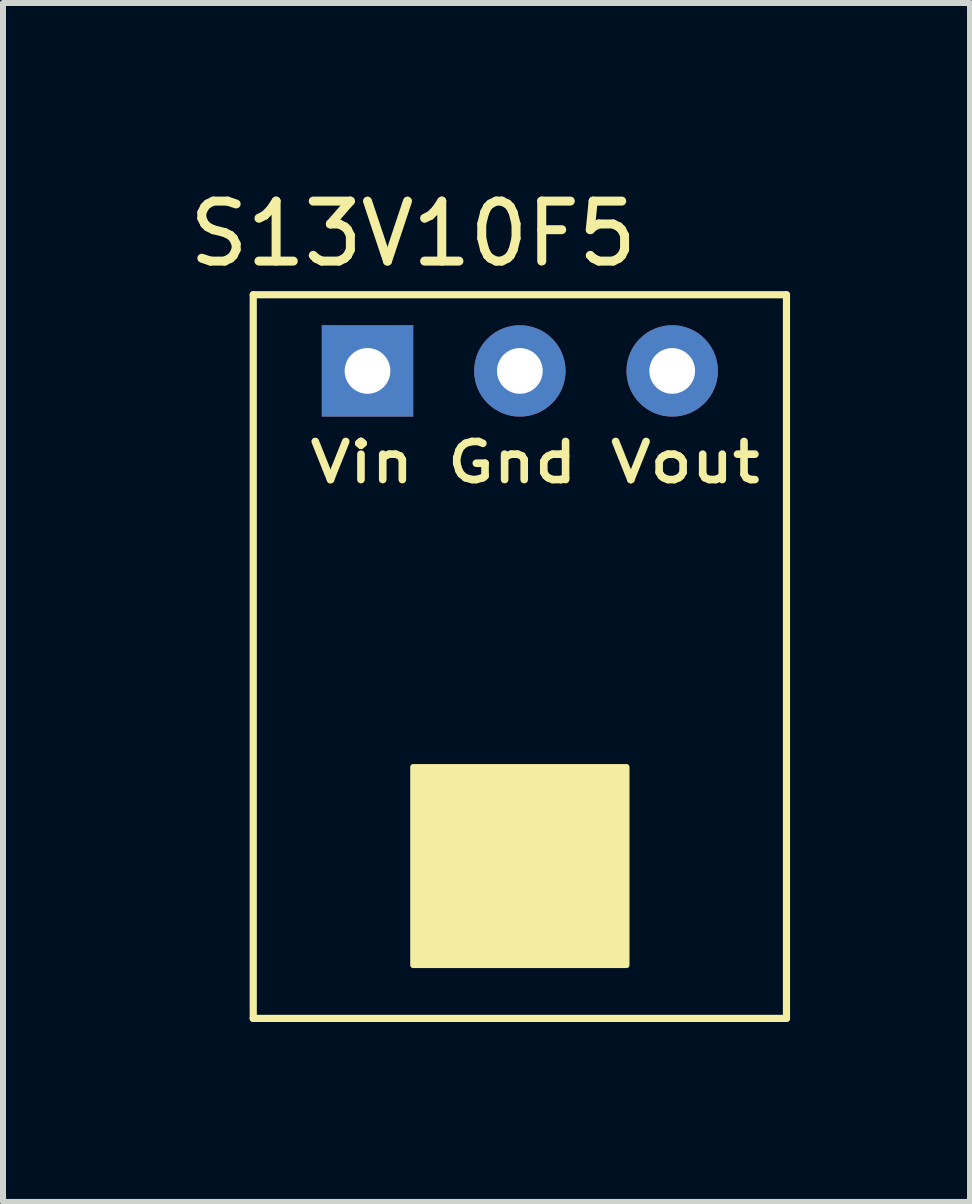
<source format=kicad_pcb>
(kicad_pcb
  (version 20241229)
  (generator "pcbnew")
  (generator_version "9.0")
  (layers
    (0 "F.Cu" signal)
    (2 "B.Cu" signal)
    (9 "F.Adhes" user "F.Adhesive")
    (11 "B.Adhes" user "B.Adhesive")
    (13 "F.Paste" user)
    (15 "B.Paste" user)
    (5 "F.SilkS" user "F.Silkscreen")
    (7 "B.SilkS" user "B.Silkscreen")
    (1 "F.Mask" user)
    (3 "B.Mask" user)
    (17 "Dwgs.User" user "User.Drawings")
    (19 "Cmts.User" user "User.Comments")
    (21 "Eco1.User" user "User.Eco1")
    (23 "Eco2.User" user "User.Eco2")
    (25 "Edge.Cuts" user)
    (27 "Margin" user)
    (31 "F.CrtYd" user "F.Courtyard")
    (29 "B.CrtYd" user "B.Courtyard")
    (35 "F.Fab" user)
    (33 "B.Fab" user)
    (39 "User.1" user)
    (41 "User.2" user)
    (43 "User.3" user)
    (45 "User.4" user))
  (footprint "S13V10F5"
    (layer "F.Cu")
    (at 3.077 3.134)
    (property "Reference" "S13V10F5" (at 0.762 -2.286 0) (unlocked yes) (layer "F.SilkS") (effects (font (size 1 1) (thickness 0.15))))
    (attr through_hole)
    (fp_line (start -1.905 -1.27) (end 6.985 -1.27) (stroke (width 0.12) (type solid)) (layer "F.SilkS"))
    (fp_line (start -1.905 10.795) (end -1.905 -1.27) (stroke (width 0.12) (type solid)) (layer "F.SilkS"))
    (fp_line (start 6.985 -1.27) (end 6.985 10.795) (stroke (width 0.12) (type solid)) (layer "F.SilkS"))
    (fp_line (start 6.985 10.795) (end -1.905 10.795) (stroke (width 0.12) (type solid)) (layer "F.SilkS"))
    (fp_poly (pts (xy 4.318 6.604) (xy 4.318 9.906) (xy 0.762 9.906) (xy 0.762 6.604)) (stroke (width 0.1) (type solid)) (fill yes) (layer "F.SilkS"))
    (fp_text user "Vin Gnd Vout" (at 2.794 1.524 0) (unlocked yes) (layer "F.SilkS") (effects (font (size 0.635 0.762) (thickness 0.127))))
    (pad "1" thru_hole rect (at 0 0) (size 1.524 1.524) (drill 0.762) (layers "*.Cu" "*.Mask"))
    (pad "2" thru_hole circle (at 2.54 0) (size 1.524 1.524) (drill 0.762) (layers "*.Cu" "*.Mask"))
    (pad "3" thru_hole circle (at 5.08 0) (size 1.524 1.524) (drill 0.762) (layers "*.Cu" "*.Mask")))
  (gr_rect
    (start -3 -3)
    (end 13.122 16.989)
    (stroke (width 0.1) (type default))
    (fill no)
    (layer "Edge.Cuts")))
</source>
